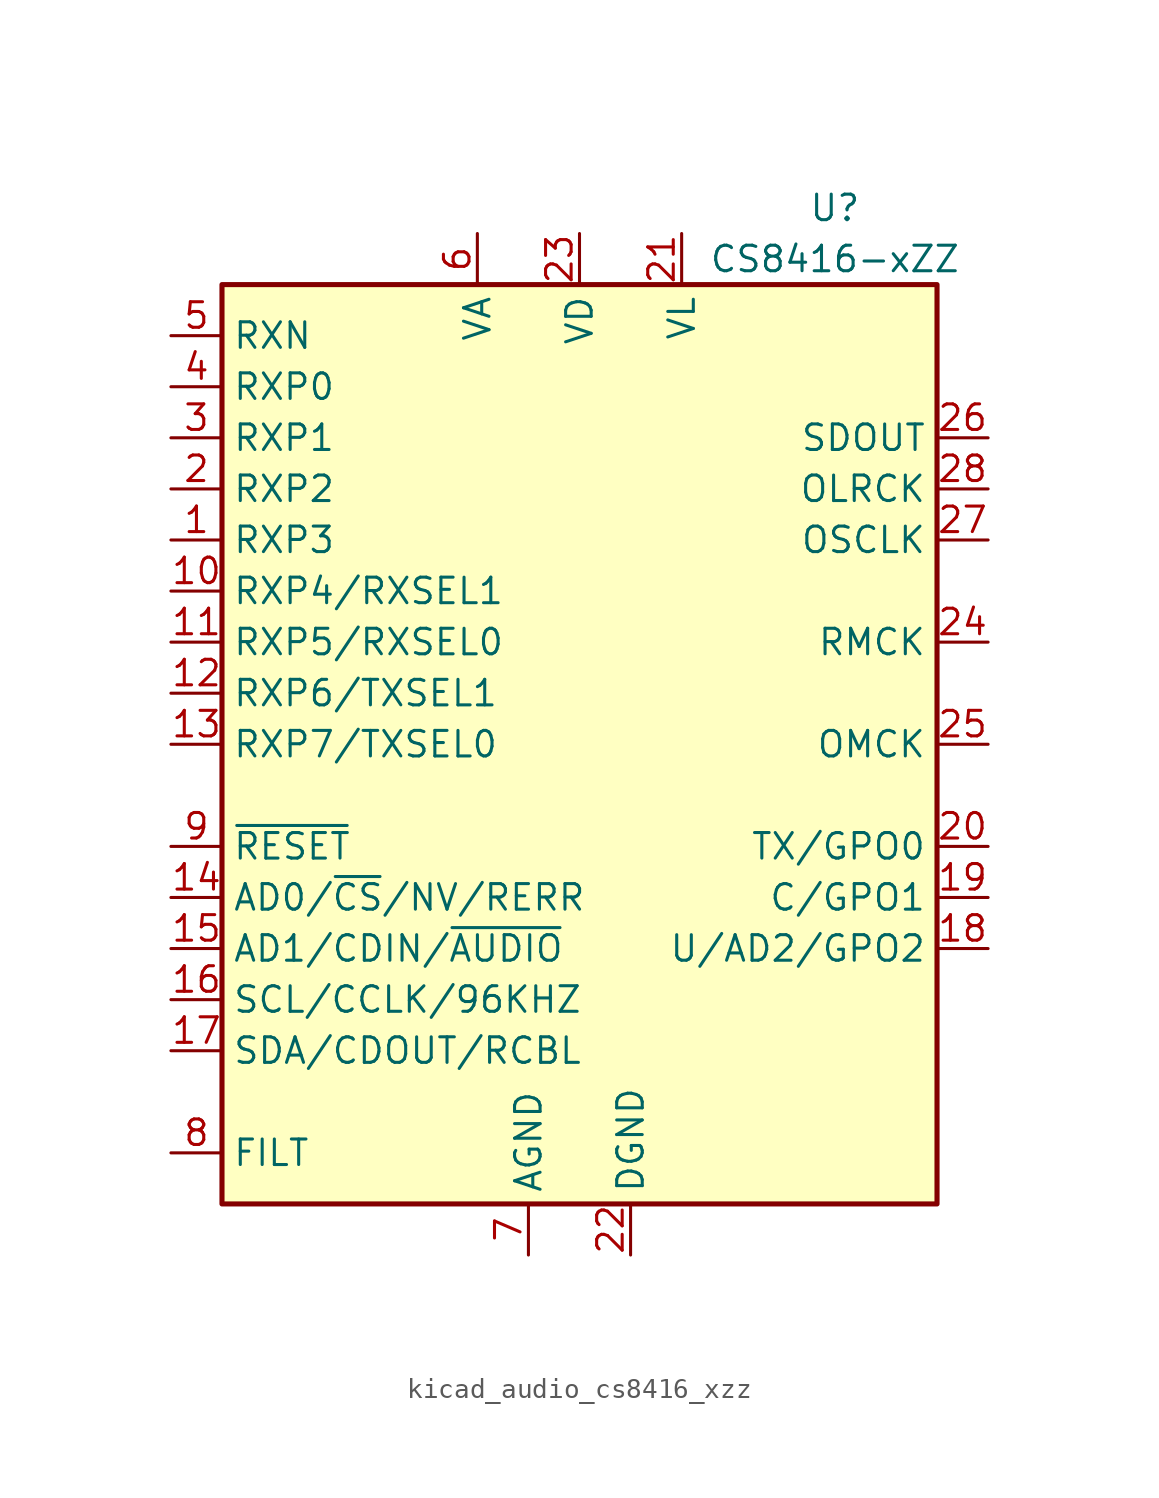
<source format=kicad_sym>
(kicad_symbol_lib
  (version 20220914)
  (generator kicad_symbol_editor)
  (symbol "kicad_audio_cs8416_xzz"
    (property "Reference" "U"
      (at 12.7 26.67 0)
      (effects (font (size 1.27 1.27))))
    (property "Value" "CS8416-xZZ"
      (at 12.7 24.13 0)
      (effects (font (size 1.27 1.27))))
    (symbol "kicad_audio_cs8416_xzz_0_1"
      (rectangle (start -17.78 22.86) (end 17.78 -22.86) (stroke (width 0.254) (type default)) (fill (type background))))
    (symbol "kicad_audio_cs8416_xzz_1_1"
      (pin input line (at -20.32 10.16 0) (length 2.54) (name "RXP3" (effects (font (size 1.27 1.27)))) (number "1" (effects (font (size 1.27 1.27)))))
      (pin input line (at -20.32 7.62 0) (length 2.54) (name "RXP4/RXSEL1" (effects (font (size 1.27 1.27)))) (number "10" (effects (font (size 1.27 1.27)))))
      (pin input line (at -20.32 5.08 0) (length 2.54) (name "RXP5/RXSEL0" (effects (font (size 1.27 1.27)))) (number "11" (effects (font (size 1.27 1.27)))))
      (pin input line (at -20.32 2.54 0) (length 2.54) (name "RXP6/TXSEL1" (effects (font (size 1.27 1.27)))) (number "12" (effects (font (size 1.27 1.27)))))
      (pin input line (at -20.32 0 0) (length 2.54) (name "RXP7/TXSEL0" (effects (font (size 1.27 1.27)))) (number "13" (effects (font (size 1.27 1.27)))))
      (pin input line (at -20.32 -7.62 0) (length 2.54) (name "AD0/~{CS}/NV/RERR" (effects (font (size 1.27 1.27)))) (number "14" (effects (font (size 1.27 1.27)))))
      (pin input line (at -20.32 -10.16 0) (length 2.54) (name "AD1/CDIN/~{AUDIO}" (effects (font (size 1.27 1.27)))) (number "15" (effects (font (size 1.27 1.27)))))
      (pin input line (at -20.32 -12.7 0) (length 2.54) (name "SCL/CCLK/96KHZ" (effects (font (size 1.27 1.27)))) (number "16" (effects (font (size 1.27 1.27)))))
      (pin bidirectional line (at -20.32 -15.24 0) (length 2.54) (name "SDA/CDOUT/RCBL" (effects (font (size 1.27 1.27)))) (number "17" (effects (font (size 1.27 1.27)))))
      (pin output line (at 20.32 -10.16 180) (length 2.54) (name "U/AD2/GPO2" (effects (font (size 1.27 1.27)))) (number "18" (effects (font (size 1.27 1.27)))))
      (pin output line (at 20.32 -7.62 180) (length 2.54) (name "C/GPO1" (effects (font (size 1.27 1.27)))) (number "19" (effects (font (size 1.27 1.27)))))
      (pin input line (at -20.32 12.7 0) (length 2.54) (name "RXP2" (effects (font (size 1.27 1.27)))) (number "2" (effects (font (size 1.27 1.27)))))
      (pin output line (at 20.32 -5.08 180) (length 2.54) (name "TX/GPO0" (effects (font (size 1.27 1.27)))) (number "20" (effects (font (size 1.27 1.27)))))
      (pin power_in line (at 5.08 25.4 270) (length 2.54) (name "VL" (effects (font (size 1.27 1.27)))) (number "21" (effects (font (size 1.27 1.27)))))
      (pin power_in line (at 2.54 -25.4 90) (length 2.54) (name "DGND" (effects (font (size 1.27 1.27)))) (number "22" (effects (font (size 1.27 1.27)))))
      (pin power_in line (at 0 25.4 270) (length 2.54) (name "VD" (effects (font (size 1.27 1.27)))) (number "23" (effects (font (size 1.27 1.27)))))
      (pin output line (at 20.32 5.08 180) (length 2.54) (name "RMCK" (effects (font (size 1.27 1.27)))) (number "24" (effects (font (size 1.27 1.27)))))
      (pin input line (at 20.32 0 180) (length 2.54) (name "OMCK" (effects (font (size 1.27 1.27)))) (number "25" (effects (font (size 1.27 1.27)))))
      (pin output line (at 20.32 15.24 180) (length 2.54) (name "SDOUT" (effects (font (size 1.27 1.27)))) (number "26" (effects (font (size 1.27 1.27)))))
      (pin bidirectional line (at 20.32 10.16 180) (length 2.54) (name "OSCLK" (effects (font (size 1.27 1.27)))) (number "27" (effects (font (size 1.27 1.27)))))
      (pin bidirectional line (at 20.32 12.7 180) (length 2.54) (name "OLRCK" (effects (font (size 1.27 1.27)))) (number "28" (effects (font (size 1.27 1.27)))))
      (pin input line (at -20.32 15.24 0) (length 2.54) (name "RXP1" (effects (font (size 1.27 1.27)))) (number "3" (effects (font (size 1.27 1.27)))))
      (pin input line (at -20.32 17.78 0) (length 2.54) (name "RXP0" (effects (font (size 1.27 1.27)))) (number "4" (effects (font (size 1.27 1.27)))))
      (pin input line (at -20.32 20.32 0) (length 2.54) (name "RXN" (effects (font (size 1.27 1.27)))) (number "5" (effects (font (size 1.27 1.27)))))
      (pin power_in line (at -5.08 25.4 270) (length 2.54) (name "VA" (effects (font (size 1.27 1.27)))) (number "6" (effects (font (size 1.27 1.27)))))
      (pin power_in line (at -2.54 -25.4 90) (length 2.54) (name "AGND" (effects (font (size 1.27 1.27)))) (number "7" (effects (font (size 1.27 1.27)))))
      (pin passive line (at -20.32 -20.32 0) (length 2.54) (name "FILT" (effects (font (size 1.27 1.27)))) (number "8" (effects (font (size 1.27 1.27)))))
      (pin input line (at -20.32 -5.08 0) (length 2.54) (name "~{RESET}" (effects (font (size 1.27 1.27)))) (number "9" (effects (font (size 1.27 1.27))))))))
</source>
